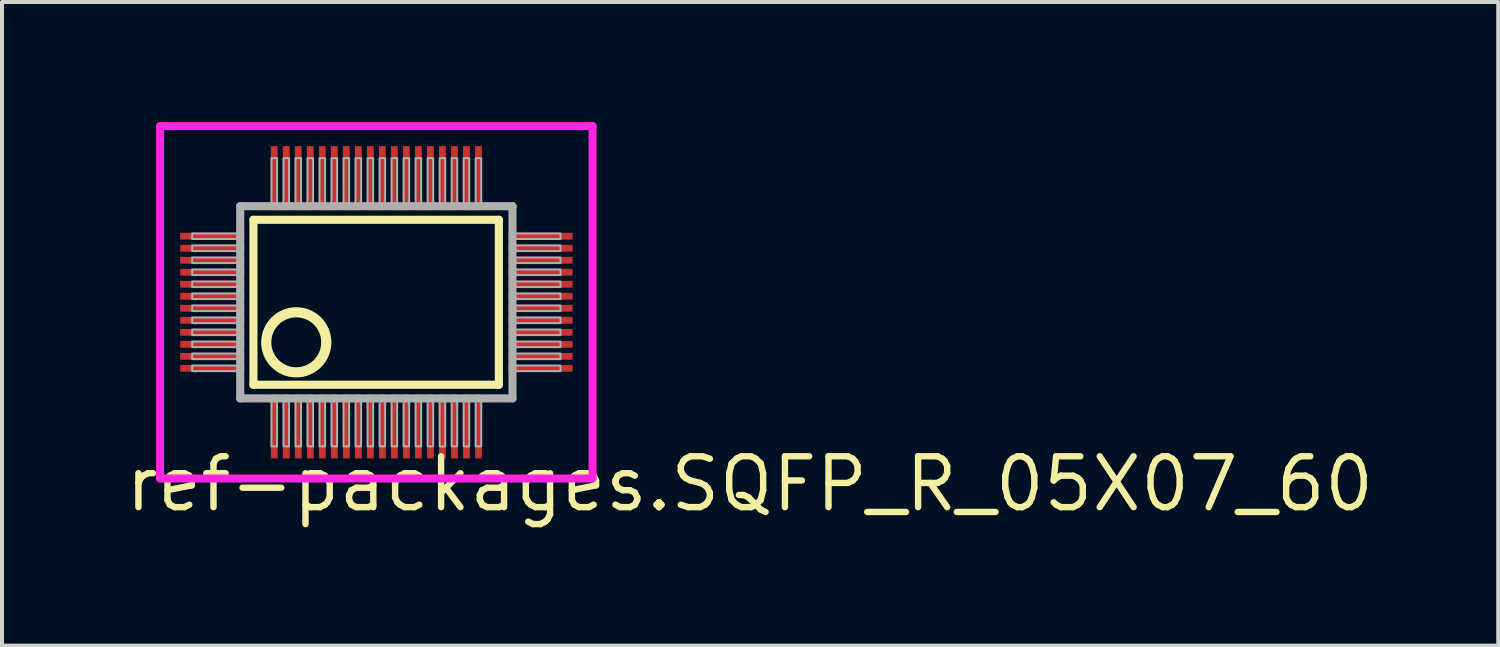
<source format=kicad_pcb>
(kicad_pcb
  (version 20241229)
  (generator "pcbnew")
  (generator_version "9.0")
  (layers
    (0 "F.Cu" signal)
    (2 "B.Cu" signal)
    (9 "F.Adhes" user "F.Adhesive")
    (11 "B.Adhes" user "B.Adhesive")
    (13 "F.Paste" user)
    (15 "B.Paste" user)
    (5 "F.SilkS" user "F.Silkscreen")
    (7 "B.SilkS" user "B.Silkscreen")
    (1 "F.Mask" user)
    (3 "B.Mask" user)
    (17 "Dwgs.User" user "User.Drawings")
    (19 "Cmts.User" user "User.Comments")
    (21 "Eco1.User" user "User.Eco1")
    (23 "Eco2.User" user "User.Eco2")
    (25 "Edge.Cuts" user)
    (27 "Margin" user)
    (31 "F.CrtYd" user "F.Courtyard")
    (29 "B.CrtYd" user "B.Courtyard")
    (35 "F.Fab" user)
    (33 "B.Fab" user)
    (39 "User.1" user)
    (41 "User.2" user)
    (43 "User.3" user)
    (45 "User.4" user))
  (footprint "ref-packages.SQFP_R_05X07_60"
    (layer "F.Cu")
    (at 6.35 4.5)
    (property "Reference" "ref-packages.SQFP_R_05X07_60" (at -6.35 5.28 0) (layer "F.SilkS") (effects (font (size 1.27 1.27) (thickness 0.16)) (justify left bottom)))
    (attr smd)
    (fp_line (start -3.07 -2.06) (end 3.06 -2.06) (stroke (width 0.203) (type default)) (layer "F.SilkS"))
    (fp_line (start -3.07 2.06) (end -3.07 -2.06) (stroke (width 0.203) (type default)) (layer "F.SilkS"))
    (fp_line (start 3.06 -2.06) (end 3.06 2.06) (stroke (width 0.203) (type default)) (layer "F.SilkS"))
    (fp_line (start 3.06 2.06) (end -3.07 2.06) (stroke (width 0.203) (type default)) (layer "F.SilkS"))
    (fp_circle (center -2 1) (end -1.25 1) (stroke (width 0.254) (type default)) (fill no) (layer "F.SilkS"))
    (fp_line (start -5.4 -4.4) (end 5.4 -4.4) (stroke (width 0.2) (type default)) (layer "F.CrtYd"))
    (fp_line (start -5.4 4.4) (end -5.4 -4.4) (stroke (width 0.2) (type default)) (layer "F.CrtYd"))
    (fp_line (start 5.4 -4.4) (end 5.4 4.4) (stroke (width 0.2) (type default)) (layer "F.CrtYd"))
    (fp_line (start 5.4 4.4) (end -5.4 4.4) (stroke (width 0.2) (type default)) (layer "F.CrtYd"))
    (fp_line (start -3.4 -2.4) (end -3.4 2.4) (stroke (width 0.203) (type default)) (layer "F.Fab"))
    (fp_line (start -3.4 2.4) (end 3.4 2.4) (stroke (width 0.203) (type default)) (layer "F.Fab"))
    (fp_line (start 3.4 -2.4) (end -3.4 -2.4) (stroke (width 0.203) (type default)) (layer "F.Fab"))
    (fp_line (start 3.4 2.4) (end 3.4 -2.4) (stroke (width 0.203) (type default)) (layer "F.Fab"))
    (fp_rect (start -4.6 -1.58) (end -3.45 -1.72) (stroke (width 0.05) (type default)) (fill no) (layer "F.Fab"))
    (fp_rect (start -4.6 -1.28) (end -3.45 -1.42) (stroke (width 0.05) (type default)) (fill no) (layer "F.Fab"))
    (fp_rect (start -4.6 -0.98) (end -3.45 -1.12) (stroke (width 0.05) (type default)) (fill no) (layer "F.Fab"))
    (fp_rect (start -4.6 -0.68) (end -3.45 -0.82) (stroke (width 0.05) (type default)) (fill no) (layer "F.Fab"))
    (fp_rect (start -4.6 -0.38) (end -3.45 -0.52) (stroke (width 0.05) (type default)) (fill no) (layer "F.Fab"))
    (fp_rect (start -4.6 -0.08) (end -3.45 -0.22) (stroke (width 0.05) (type default)) (fill no) (layer "F.Fab"))
    (fp_rect (start -4.6 0.22) (end -3.45 0.08) (stroke (width 0.05) (type default)) (fill no) (layer "F.Fab"))
    (fp_rect (start -4.6 0.52) (end -3.45 0.38) (stroke (width 0.05) (type default)) (fill no) (layer "F.Fab"))
    (fp_rect (start -4.6 0.82) (end -3.45 0.68) (stroke (width 0.05) (type default)) (fill no) (layer "F.Fab"))
    (fp_rect (start -4.6 1.12) (end -3.45 0.98) (stroke (width 0.05) (type default)) (fill no) (layer "F.Fab"))
    (fp_rect (start -4.6 1.42) (end -3.45 1.28) (stroke (width 0.05) (type default)) (fill no) (layer "F.Fab"))
    (fp_rect (start -4.6 1.72) (end -3.45 1.58) (stroke (width 0.05) (type default)) (fill no) (layer "F.Fab"))
    (fp_rect (start -2.62 -2.45) (end -2.48 -3.6) (stroke (width 0.05) (type default)) (fill no) (layer "F.Fab"))
    (fp_rect (start -2.62 3.6) (end -2.48 2.45) (stroke (width 0.05) (type default)) (fill no) (layer "F.Fab"))
    (fp_rect (start -2.32 -2.45) (end -2.18 -3.6) (stroke (width 0.05) (type default)) (fill no) (layer "F.Fab"))
    (fp_rect (start -2.32 3.6) (end -2.18 2.45) (stroke (width 0.05) (type default)) (fill no) (layer "F.Fab"))
    (fp_rect (start -2.02 -2.45) (end -1.88 -3.6) (stroke (width 0.05) (type default)) (fill no) (layer "F.Fab"))
    (fp_rect (start -2.02 3.6) (end -1.88 2.45) (stroke (width 0.05) (type default)) (fill no) (layer "F.Fab"))
    (fp_rect (start -1.72 -2.45) (end -1.58 -3.6) (stroke (width 0.05) (type default)) (fill no) (layer "F.Fab"))
    (fp_rect (start -1.72 3.6) (end -1.58 2.45) (stroke (width 0.05) (type default)) (fill no) (layer "F.Fab"))
    (fp_rect (start -1.42 -2.45) (end -1.28 -3.6) (stroke (width 0.05) (type default)) (fill no) (layer "F.Fab"))
    (fp_rect (start -1.42 3.6) (end -1.28 2.45) (stroke (width 0.05) (type default)) (fill no) (layer "F.Fab"))
    (fp_rect (start -1.12 -2.45) (end -0.98 -3.6) (stroke (width 0.05) (type default)) (fill no) (layer "F.Fab"))
    (fp_rect (start -1.12 3.6) (end -0.98 2.45) (stroke (width 0.05) (type default)) (fill no) (layer "F.Fab"))
    (fp_rect (start -0.82 -2.45) (end -0.68 -3.6) (stroke (width 0.05) (type default)) (fill no) (layer "F.Fab"))
    (fp_rect (start -0.82 3.6) (end -0.68 2.45) (stroke (width 0.05) (type default)) (fill no) (layer "F.Fab"))
    (fp_rect (start -0.52 -2.45) (end -0.38 -3.6) (stroke (width 0.05) (type default)) (fill no) (layer "F.Fab"))
    (fp_rect (start -0.52 3.6) (end -0.38 2.45) (stroke (width 0.05) (type default)) (fill no) (layer "F.Fab"))
    (fp_rect (start -0.22 -2.45) (end -0.08 -3.6) (stroke (width 0.05) (type default)) (fill no) (layer "F.Fab"))
    (fp_rect (start -0.22 3.6) (end -0.08 2.45) (stroke (width 0.05) (type default)) (fill no) (layer "F.Fab"))
    (fp_rect (start 0.08 -2.45) (end 0.22 -3.6) (stroke (width 0.05) (type default)) (fill no) (layer "F.Fab"))
    (fp_rect (start 0.08 3.6) (end 0.22 2.45) (stroke (width 0.05) (type default)) (fill no) (layer "F.Fab"))
    (fp_rect (start 0.38 -2.45) (end 0.52 -3.6) (stroke (width 0.05) (type default)) (fill no) (layer "F.Fab"))
    (fp_rect (start 0.38 3.6) (end 0.52 2.45) (stroke (width 0.05) (type default)) (fill no) (layer "F.Fab"))
    (fp_rect (start 0.68 -2.45) (end 0.82 -3.6) (stroke (width 0.05) (type default)) (fill no) (layer "F.Fab"))
    (fp_rect (start 0.68 3.6) (end 0.82 2.45) (stroke (width 0.05) (type default)) (fill no) (layer "F.Fab"))
    (fp_rect (start 0.98 -2.45) (end 1.12 -3.6) (stroke (width 0.05) (type default)) (fill no) (layer "F.Fab"))
    (fp_rect (start 0.98 3.6) (end 1.12 2.45) (stroke (width 0.05) (type default)) (fill no) (layer "F.Fab"))
    (fp_rect (start 1.28 -2.45) (end 1.42 -3.6) (stroke (width 0.05) (type default)) (fill no) (layer "F.Fab"))
    (fp_rect (start 1.28 3.6) (end 1.42 2.45) (stroke (width 0.05) (type default)) (fill no) (layer "F.Fab"))
    (fp_rect (start 1.58 -2.45) (end 1.72 -3.6) (stroke (width 0.05) (type default)) (fill no) (layer "F.Fab"))
    (fp_rect (start 1.58 3.6) (end 1.72 2.45) (stroke (width 0.05) (type default)) (fill no) (layer "F.Fab"))
    (fp_rect (start 1.88 -2.45) (end 2.02 -3.6) (stroke (width 0.05) (type default)) (fill no) (layer "F.Fab"))
    (fp_rect (start 1.88 3.6) (end 2.02 2.45) (stroke (width 0.05) (type default)) (fill no) (layer "F.Fab"))
    (fp_rect (start 2.18 -2.45) (end 2.32 -3.6) (stroke (width 0.05) (type default)) (fill no) (layer "F.Fab"))
    (fp_rect (start 2.18 3.6) (end 2.32 2.45) (stroke (width 0.05) (type default)) (fill no) (layer "F.Fab"))
    (fp_rect (start 2.48 -2.45) (end 2.62 -3.6) (stroke (width 0.05) (type default)) (fill no) (layer "F.Fab"))
    (fp_rect (start 2.48 3.6) (end 2.62 2.45) (stroke (width 0.05) (type default)) (fill no) (layer "F.Fab"))
    (fp_rect (start 3.45 -1.58) (end 4.6 -1.72) (stroke (width 0.05) (type default)) (fill no) (layer "F.Fab"))
    (fp_rect (start 3.45 -1.28) (end 4.6 -1.42) (stroke (width 0.05) (type default)) (fill no) (layer "F.Fab"))
    (fp_rect (start 3.45 -0.98) (end 4.6 -1.12) (stroke (width 0.05) (type default)) (fill no) (layer "F.Fab"))
    (fp_rect (start 3.45 -0.68) (end 4.6 -0.82) (stroke (width 0.05) (type default)) (fill no) (layer "F.Fab"))
    (fp_rect (start 3.45 -0.38) (end 4.6 -0.52) (stroke (width 0.05) (type default)) (fill no) (layer "F.Fab"))
    (fp_rect (start 3.45 -0.08) (end 4.6 -0.22) (stroke (width 0.05) (type default)) (fill no) (layer "F.Fab"))
    (fp_rect (start 3.45 0.22) (end 4.6 0.08) (stroke (width 0.05) (type default)) (fill no) (layer "F.Fab"))
    (fp_rect (start 3.45 0.52) (end 4.6 0.38) (stroke (width 0.05) (type default)) (fill no) (layer "F.Fab"))
    (fp_rect (start 3.45 0.82) (end 4.6 0.68) (stroke (width 0.05) (type default)) (fill no) (layer "F.Fab"))
    (fp_rect (start 3.45 1.12) (end 4.6 0.98) (stroke (width 0.05) (type default)) (fill no) (layer "F.Fab"))
    (fp_rect (start 3.45 1.42) (end 4.6 1.28) (stroke (width 0.05) (type default)) (fill no) (layer "F.Fab"))
    (fp_rect (start 3.45 1.72) (end 4.6 1.58) (stroke (width 0.05) (type default)) (fill no) (layer "F.Fab"))
    (pad "1" smd roundrect (at -2.55 3.1) (size 0.17 1.6) (layers "F.Cu" "F.Mask" "F.Paste") (roundrect_rratio 0.01))
    (pad "2" smd roundrect (at -2.25 3.1) (size 0.17 1.6) (layers "F.Cu" "F.Mask" "F.Paste") (roundrect_rratio 0.01))
    (pad "3" smd roundrect (at -1.95 3.1) (size 0.17 1.6) (layers "F.Cu" "F.Mask" "F.Paste") (roundrect_rratio 0.01))
    (pad "4" smd roundrect (at -1.65 3.1) (size 0.17 1.6) (layers "F.Cu" "F.Mask" "F.Paste") (roundrect_rratio 0.01))
    (pad "5" smd roundrect (at -1.35 3.1) (size 0.17 1.6) (layers "F.Cu" "F.Mask" "F.Paste") (roundrect_rratio 0.01))
    (pad "6" smd roundrect (at -1.05 3.1) (size 0.17 1.6) (layers "F.Cu" "F.Mask" "F.Paste") (roundrect_rratio 0.01))
    (pad "7" smd roundrect (at -0.75 3.1) (size 0.17 1.6) (layers "F.Cu" "F.Mask" "F.Paste") (roundrect_rratio 0.01))
    (pad "8" smd roundrect (at -0.45 3.1) (size 0.17 1.6) (layers "F.Cu" "F.Mask" "F.Paste") (roundrect_rratio 0.01))
    (pad "9" smd roundrect (at -0.15 3.1) (size 0.17 1.6) (layers "F.Cu" "F.Mask" "F.Paste") (roundrect_rratio 0.01))
    (pad "10" smd roundrect (at 0.15 3.1) (size 0.17 1.6) (layers "F.Cu" "F.Mask" "F.Paste") (roundrect_rratio 0.01))
    (pad "11" smd roundrect (at 0.45 3.1) (size 0.17 1.6) (layers "F.Cu" "F.Mask" "F.Paste") (roundrect_rratio 0.01))
    (pad "12" smd roundrect (at 0.75 3.1) (size 0.17 1.6) (layers "F.Cu" "F.Mask" "F.Paste") (roundrect_rratio 0.01))
    (pad "13" smd roundrect (at 1.05 3.1) (size 0.17 1.6) (layers "F.Cu" "F.Mask" "F.Paste") (roundrect_rratio 0.01))
    (pad "14" smd roundrect (at 1.35 3.1) (size 0.17 1.6) (layers "F.Cu" "F.Mask" "F.Paste") (roundrect_rratio 0.01))
    (pad "15" smd roundrect (at 1.65 3.1) (size 0.17 1.6) (layers "F.Cu" "F.Mask" "F.Paste") (roundrect_rratio 0.01))
    (pad "16" smd roundrect (at 1.95 3.1) (size 0.17 1.6) (layers "F.Cu" "F.Mask" "F.Paste") (roundrect_rratio 0.01))
    (pad "17" smd roundrect (at 2.25 3.1) (size 0.17 1.6) (layers "F.Cu" "F.Mask" "F.Paste") (roundrect_rratio 0.01))
    (pad "18" smd roundrect (at 2.55 3.1) (size 0.17 1.6) (layers "F.Cu" "F.Mask" "F.Paste") (roundrect_rratio 0.01))
    (pad "19" smd roundrect (at 4.1 1.65) (size 1.6 0.17) (layers "F.Cu" "F.Mask" "F.Paste") (roundrect_rratio 0.01))
    (pad "20" smd roundrect (at 4.1 1.35) (size 1.6 0.17) (layers "F.Cu" "F.Mask" "F.Paste") (roundrect_rratio 0.01))
    (pad "21" smd roundrect (at 4.1 1.05) (size 1.6 0.17) (layers "F.Cu" "F.Mask" "F.Paste") (roundrect_rratio 0.01))
    (pad "22" smd roundrect (at 4.1 0.75) (size 1.6 0.17) (layers "F.Cu" "F.Mask" "F.Paste") (roundrect_rratio 0.01))
    (pad "23" smd roundrect (at 4.1 0.45) (size 1.6 0.17) (layers "F.Cu" "F.Mask" "F.Paste") (roundrect_rratio 0.01))
    (pad "24" smd roundrect (at 4.1 0.15) (size 1.6 0.17) (layers "F.Cu" "F.Mask" "F.Paste") (roundrect_rratio 0.01))
    (pad "25" smd roundrect (at 4.1 -0.15) (size 1.6 0.17) (layers "F.Cu" "F.Mask" "F.Paste") (roundrect_rratio 0.01))
    (pad "26" smd roundrect (at 4.1 -0.45) (size 1.6 0.17) (layers "F.Cu" "F.Mask" "F.Paste") (roundrect_rratio 0.01))
    (pad "27" smd roundrect (at 4.1 -0.75) (size 1.6 0.17) (layers "F.Cu" "F.Mask" "F.Paste") (roundrect_rratio 0.01))
    (pad "28" smd roundrect (at 4.1 -1.05) (size 1.6 0.17) (layers "F.Cu" "F.Mask" "F.Paste") (roundrect_rratio 0.01))
    (pad "29" smd roundrect (at 4.1 -1.35) (size 1.6 0.17) (layers "F.Cu" "F.Mask" "F.Paste") (roundrect_rratio 0.01))
    (pad "30" smd roundrect (at 4.1 -1.65) (size 1.6 0.17) (layers "F.Cu" "F.Mask" "F.Paste") (roundrect_rratio 0.01))
    (pad "31" smd roundrect (at 2.55 -3.1) (size 0.17 1.6) (layers "F.Cu" "F.Mask" "F.Paste") (roundrect_rratio 0.01))
    (pad "32" smd roundrect (at 2.25 -3.1) (size 0.17 1.6) (layers "F.Cu" "F.Mask" "F.Paste") (roundrect_rratio 0.01))
    (pad "33" smd roundrect (at 1.95 -3.1) (size 0.17 1.6) (layers "F.Cu" "F.Mask" "F.Paste") (roundrect_rratio 0.01))
    (pad "34" smd roundrect (at 1.65 -3.1) (size 0.17 1.6) (layers "F.Cu" "F.Mask" "F.Paste") (roundrect_rratio 0.01))
    (pad "35" smd roundrect (at 1.35 -3.1) (size 0.17 1.6) (layers "F.Cu" "F.Mask" "F.Paste") (roundrect_rratio 0.01))
    (pad "36" smd roundrect (at 1.05 -3.1) (size 0.17 1.6) (layers "F.Cu" "F.Mask" "F.Paste") (roundrect_rratio 0.01))
    (pad "37" smd roundrect (at 0.75 -3.1) (size 0.17 1.6) (layers "F.Cu" "F.Mask" "F.Paste") (roundrect_rratio 0.01))
    (pad "38" smd roundrect (at 0.45 -3.1) (size 0.17 1.6) (layers "F.Cu" "F.Mask" "F.Paste") (roundrect_rratio 0.01))
    (pad "39" smd roundrect (at 0.15 -3.1) (size 0.17 1.6) (layers "F.Cu" "F.Mask" "F.Paste") (roundrect_rratio 0.01))
    (pad "40" smd roundrect (at -0.15 -3.1) (size 0.17 1.6) (layers "F.Cu" "F.Mask" "F.Paste") (roundrect_rratio 0.01))
    (pad "41" smd roundrect (at -0.45 -3.1) (size 0.17 1.6) (layers "F.Cu" "F.Mask" "F.Paste") (roundrect_rratio 0.01))
    (pad "42" smd roundrect (at -0.75 -3.1) (size 0.17 1.6) (layers "F.Cu" "F.Mask" "F.Paste") (roundrect_rratio 0.01))
    (pad "43" smd roundrect (at -1.05 -3.1) (size 0.17 1.6) (layers "F.Cu" "F.Mask" "F.Paste") (roundrect_rratio 0.01))
    (pad "44" smd roundrect (at -1.35 -3.1) (size 0.17 1.6) (layers "F.Cu" "F.Mask" "F.Paste") (roundrect_rratio 0.01))
    (pad "45" smd roundrect (at -1.65 -3.1) (size 0.17 1.6) (layers "F.Cu" "F.Mask" "F.Paste") (roundrect_rratio 0.01))
    (pad "46" smd roundrect (at -1.95 -3.1) (size 0.17 1.6) (layers "F.Cu" "F.Mask" "F.Paste") (roundrect_rratio 0.01))
    (pad "47" smd roundrect (at -2.25 -3.1) (size 0.17 1.6) (layers "F.Cu" "F.Mask" "F.Paste") (roundrect_rratio 0.01))
    (pad "48" smd roundrect (at -2.55 -3.1) (size 0.17 1.6) (layers "F.Cu" "F.Mask" "F.Paste") (roundrect_rratio 0.01))
    (pad "49" smd roundrect (at -4.1 -1.65) (size 1.6 0.17) (layers "F.Cu" "F.Mask" "F.Paste") (roundrect_rratio 0.01))
    (pad "50" smd roundrect (at -4.1 -1.35) (size 1.6 0.17) (layers "F.Cu" "F.Mask" "F.Paste") (roundrect_rratio 0.01))
    (pad "51" smd roundrect (at -4.1 -1.05) (size 1.6 0.17) (layers "F.Cu" "F.Mask" "F.Paste") (roundrect_rratio 0.01))
    (pad "52" smd roundrect (at -4.1 -0.75) (size 1.6 0.17) (layers "F.Cu" "F.Mask" "F.Paste") (roundrect_rratio 0.01))
    (pad "53" smd roundrect (at -4.1 -0.45) (size 1.6 0.17) (layers "F.Cu" "F.Mask" "F.Paste") (roundrect_rratio 0.01))
    (pad "54" smd roundrect (at -4.1 -0.15) (size 1.6 0.17) (layers "F.Cu" "F.Mask" "F.Paste") (roundrect_rratio 0.01))
    (pad "55" smd roundrect (at -4.1 0.15) (size 1.6 0.17) (layers "F.Cu" "F.Mask" "F.Paste") (roundrect_rratio 0.01))
    (pad "56" smd roundrect (at -4.1 0.45) (size 1.6 0.17) (layers "F.Cu" "F.Mask" "F.Paste") (roundrect_rratio 0.01))
    (pad "57" smd roundrect (at -4.1 0.75) (size 1.6 0.17) (layers "F.Cu" "F.Mask" "F.Paste") (roundrect_rratio 0.01))
    (pad "58" smd roundrect (at -4.1 1.05) (size 1.6 0.17) (layers "F.Cu" "F.Mask" "F.Paste") (roundrect_rratio 0.01))
    (pad "59" smd roundrect (at -4.1 1.35) (size 1.6 0.17) (layers "F.Cu" "F.Mask" "F.Paste") (roundrect_rratio 0.01))
    (pad "60" smd roundrect (at -4.1 1.65) (size 1.6 0.17) (layers "F.Cu" "F.Mask" "F.Paste") (roundrect_rratio 0.01)))
  (gr_rect
    (start -3 -3)
    (end 34.371 13.077)
    (stroke (width 0.1) (type default))
    (fill no)
    (layer "Edge.Cuts")))
</source>
